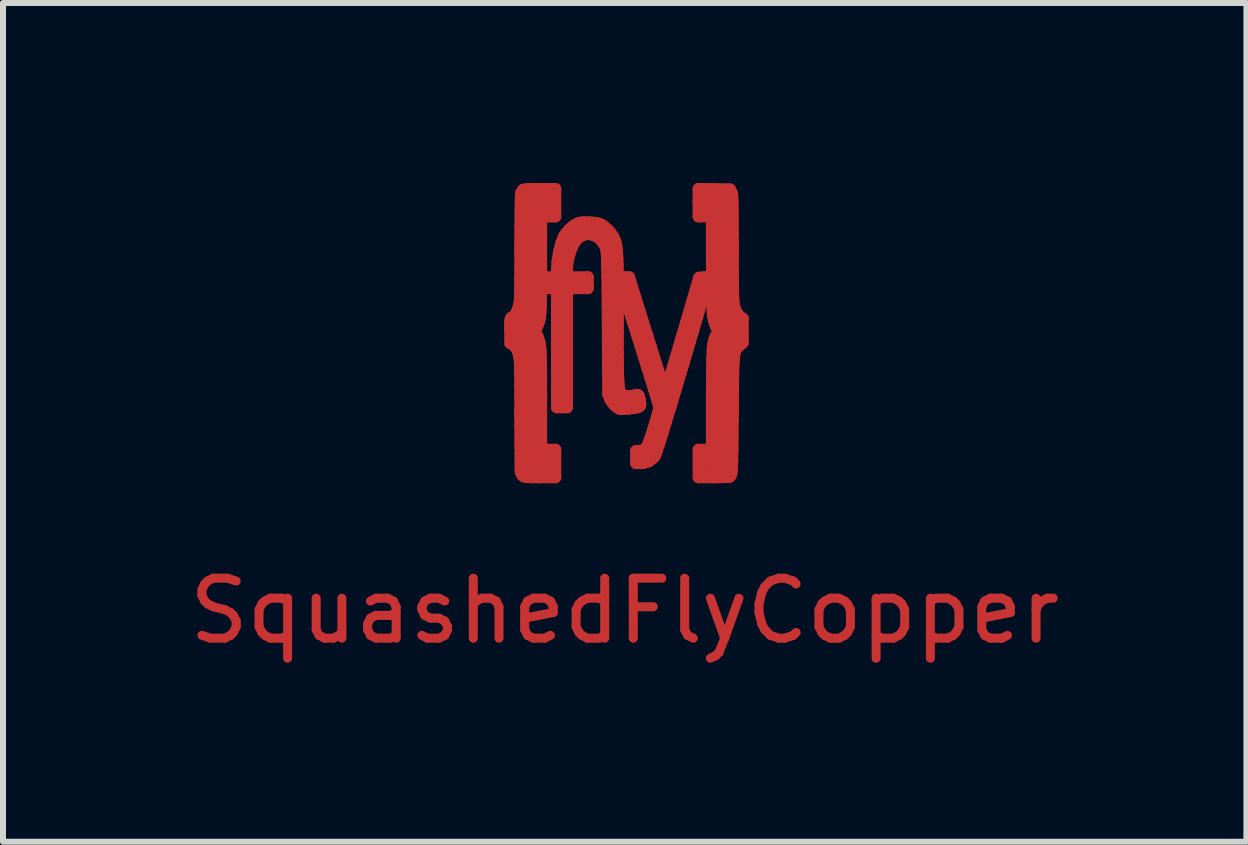
<source format=kicad_pcb>
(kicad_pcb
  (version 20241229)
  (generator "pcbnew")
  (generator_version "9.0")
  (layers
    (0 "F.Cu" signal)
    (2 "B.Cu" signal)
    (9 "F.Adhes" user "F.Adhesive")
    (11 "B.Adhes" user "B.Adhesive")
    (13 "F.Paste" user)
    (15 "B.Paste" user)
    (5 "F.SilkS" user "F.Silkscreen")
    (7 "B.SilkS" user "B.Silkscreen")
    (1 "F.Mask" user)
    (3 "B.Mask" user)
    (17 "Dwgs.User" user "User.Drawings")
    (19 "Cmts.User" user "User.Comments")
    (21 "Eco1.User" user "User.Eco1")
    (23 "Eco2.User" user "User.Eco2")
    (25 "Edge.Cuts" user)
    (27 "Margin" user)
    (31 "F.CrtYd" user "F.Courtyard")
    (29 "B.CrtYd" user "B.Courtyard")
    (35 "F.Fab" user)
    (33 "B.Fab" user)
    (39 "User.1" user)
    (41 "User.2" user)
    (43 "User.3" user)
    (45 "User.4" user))
  (footprint "SquashedFlyCopper"
    (layer "F.Cu")
    (at 7.363 2.423)
    (property "Reference" "SquashedFlyCopper" (at 0 4.71 0) (layer "F.Cu") (effects (font (size 1 1) (thickness 0.15))))
    (attr board_only exclude_from_pos_files exclude_from_bom)
    (fp_line (start -1.907 0.023) (end -1.907 0.039) (stroke (width 0.2) (type solid)) (layer "F.Cu"))
    (fp_line (start -1.907 0.039) (end -1.907 0.246) (stroke (width 0.2) (type solid)) (layer "F.Cu"))
    (fp_line (start -1.907 0.246) (end -1.872 0.263) (stroke (width 0.2) (type solid)) (layer "F.Cu"))
    (fp_line (start -1.907 -0.026) (end -1.907 0.023) (stroke (width 0.2) (type solid)) (layer "F.Cu"))
    (fp_line (start -1.906 -0.075) (end -1.907 -0.026) (stroke (width 0.2) (type solid)) (layer "F.Cu"))
    (fp_line (start -1.905 -0.113) (end -1.906 -0.075) (stroke (width 0.2) (type solid)) (layer "F.Cu"))
    (fp_line (start -1.903 -0.139) (end -1.905 -0.113) (stroke (width 0.2) (type solid)) (layer "F.Cu"))
    (fp_line (start -1.899 -0.156) (end -1.903 -0.139) (stroke (width 0.2) (type solid)) (layer "F.Cu"))
    (fp_line (start -1.894 -0.167) (end -1.899 -0.156) (stroke (width 0.2) (type solid)) (layer "F.Cu"))
    (fp_line (start -1.888 -0.174) (end -1.894 -0.167) (stroke (width 0.2) (type solid)) (layer "F.Cu"))
    (fp_line (start -1.881 -0.177) (end -1.888 -0.174) (stroke (width 0.2) (type solid)) (layer "F.Cu"))
    (fp_line (start -1.879 -0.177) (end -1.881 -0.177) (stroke (width 0.2) (type solid)) (layer "F.Cu"))
    (fp_line (start -1.872 0.263) (end -1.863 0.267) (stroke (width 0.2) (type solid)) (layer "F.Cu"))
    (fp_line (start -1.871 -0.18) (end -1.879 -0.177) (stroke (width 0.2) (type solid)) (layer "F.Cu"))
    (fp_line (start -1.863 0.267) (end -1.84 0.285) (stroke (width 0.2) (type solid)) (layer "F.Cu"))
    (fp_line (start -1.849 -0.197) (end -1.871 -0.18) (stroke (width 0.2) (type solid)) (layer "F.Cu"))
    (fp_line (start -1.84 0.285) (end -1.811 0.322) (stroke (width 0.2) (type solid)) (layer "F.Cu"))
    (fp_line (start -1.819 -0.234) (end -1.849 -0.197) (stroke (width 0.2) (type solid)) (layer "F.Cu"))
    (fp_line (start -1.811 0.322) (end -1.785 0.373) (stroke (width 0.2) (type solid)) (layer "F.Cu"))
    (fp_line (start -1.791 -0.288) (end -1.819 -0.234) (stroke (width 0.2) (type solid)) (layer "F.Cu"))
    (fp_line (start -1.785 0.373) (end -1.767 0.423) (stroke (width 0.2) (type solid)) (layer "F.Cu"))
    (fp_line (start -1.78 0.07) (end -1.71 0.32) (stroke (width 0.12) (type solid)) (layer "F.Cu"))
    (fp_line (start -1.772 -0.337) (end -1.791 -0.288) (stroke (width 0.2) (type solid)) (layer "F.Cu"))
    (fp_line (start -1.767 0.423) (end -1.762 0.439) (stroke (width 0.2) (type solid)) (layer "F.Cu"))
    (fp_line (start -1.766 -0.354) (end -1.772 -0.337) (stroke (width 0.2) (type solid)) (layer "F.Cu"))
    (fp_line (start -1.764 -0.361) (end -1.766 -0.354) (stroke (width 0.2) (type solid)) (layer "F.Cu"))
    (fp_line (start -1.762 0.439) (end -1.76 0.446) (stroke (width 0.2) (type solid)) (layer "F.Cu"))
    (fp_line (start -1.76 0.446) (end -1.756 0.468) (stroke (width 0.2) (type solid)) (layer "F.Cu"))
    (fp_line (start -1.758 -0.384) (end -1.764 -0.361) (stroke (width 0.2) (type solid)) (layer "F.Cu"))
    (fp_line (start -1.756 0.468) (end -1.751 0.51) (stroke (width 0.2) (type solid)) (layer "F.Cu"))
    (fp_line (start -1.752 -0.422) (end -1.758 -0.384) (stroke (width 0.2) (type solid)) (layer "F.Cu"))
    (fp_line (start -1.751 0.51) (end -1.747 0.572) (stroke (width 0.2) (type solid)) (layer "F.Cu"))
    (fp_line (start -1.747 -0.477) (end -1.752 -0.422) (stroke (width 0.2) (type solid)) (layer "F.Cu"))
    (fp_line (start -1.747 0.572) (end -1.744 0.661) (stroke (width 0.2) (type solid)) (layer "F.Cu"))
    (fp_line (start -1.744 -0.558) (end -1.747 -0.477) (stroke (width 0.2) (type solid)) (layer "F.Cu"))
    (fp_line (start -1.744 0.661) (end -1.742 0.784) (stroke (width 0.2) (type solid)) (layer "F.Cu"))
    (fp_line (start -1.742 0.784) (end -1.741 0.948) (stroke (width 0.2) (type solid)) (layer "F.Cu"))
    (fp_line (start -1.742 -0.674) (end -1.744 -0.558) (stroke (width 0.2) (type solid)) (layer "F.Cu"))
    (fp_line (start -1.741 0.948) (end -1.74 1.16) (stroke (width 0.2) (type solid)) (layer "F.Cu"))
    (fp_line (start -1.741 -0.834) (end -1.742 -0.674) (stroke (width 0.2) (type solid)) (layer "F.Cu"))
    (fp_line (start -1.74 -1.047) (end -1.741 -0.834) (stroke (width 0.2) (type solid)) (layer "F.Cu"))
    (fp_line (start -1.74 1.16) (end -1.74 1.361) (stroke (width 0.2) (type solid)) (layer "F.Cu"))
    (fp_line (start -1.74 -1.42) (end -1.74 -1.323) (stroke (width 0.2) (type solid)) (layer "F.Cu"))
    (fp_line (start -1.74 -1.323) (end -1.74 -1.254) (stroke (width 0.2) (type solid)) (layer "F.Cu"))
    (fp_line (start -1.74 -1.254) (end -1.74 -1.047) (stroke (width 0.2) (type solid)) (layer "F.Cu"))
    (fp_line (start -1.74 1.361) (end -1.74 1.428) (stroke (width 0.2) (type solid)) (layer "F.Cu"))
    (fp_line (start -1.74 1.428) (end -1.74 1.474) (stroke (width 0.2) (type solid)) (layer "F.Cu"))
    (fp_line (start -1.74 1.474) (end -1.74 1.612) (stroke (width 0.2) (type solid)) (layer "F.Cu"))
    (fp_line (start -1.74 1.612) (end -1.739 1.785) (stroke (width 0.2) (type solid)) (layer "F.Cu"))
    (fp_line (start -1.739 1.785) (end -1.738 1.944) (stroke (width 0.2) (type solid)) (layer "F.Cu"))
    (fp_line (start -1.739 -1.71) (end -1.74 -1.42) (stroke (width 0.2) (type solid)) (layer "F.Cu"))
    (fp_line (start -1.738 1.944) (end -1.737 2.084) (stroke (width 0.2) (type solid)) (layer "F.Cu"))
    (fp_line (start -1.737 2.084) (end -1.736 2.202) (stroke (width 0.2) (type solid)) (layer "F.Cu"))
    (fp_line (start -1.736 -1.995) (end -1.739 -1.71) (stroke (width 0.2) (type solid)) (layer "F.Cu"))
    (fp_line (start -1.736 2.202) (end -1.735 2.294) (stroke (width 0.2) (type solid)) (layer "F.Cu"))
    (fp_line (start -1.735 2.294) (end -1.733 2.355) (stroke (width 0.2) (type solid)) (layer "F.Cu"))
    (fp_line (start -1.733 2.355) (end -1.733 2.376) (stroke (width 0.2) (type solid)) (layer "F.Cu"))
    (fp_line (start -1.733 2.376) (end -1.732 2.382) (stroke (width 0.2) (type solid)) (layer "F.Cu"))
    (fp_line (start -1.732 -2.176) (end -1.736 -1.995) (stroke (width 0.2) (type solid)) (layer "F.Cu"))
    (fp_line (start -1.732 2.382) (end -1.731 2.388) (stroke (width 0.2) (type solid)) (layer "F.Cu"))
    (fp_line (start -1.731 2.388) (end -1.718 2.421) (stroke (width 0.2) (type solid)) (layer "F.Cu"))
    (fp_line (start -1.728 -2.243) (end -1.732 -2.176) (stroke (width 0.2) (type solid)) (layer "F.Cu"))
    (fp_line (start -1.726 -2.25) (end -1.728 -2.243) (stroke (width 0.2) (type solid)) (layer "F.Cu"))
    (fp_line (start -1.724 -2.255) (end -1.726 -2.25) (stroke (width 0.2) (type solid)) (layer "F.Cu"))
    (fp_line (start -1.718 2.421) (end -1.699 2.449) (stroke (width 0.2) (type solid)) (layer "F.Cu"))
    (fp_line (start -1.71 0.32) (end -1.67 -0.2) (stroke (width 0.12) (type solid)) (layer "F.Cu"))
    (fp_line (start -1.709 -2.282) (end -1.724 -2.255) (stroke (width 0.2) (type solid)) (layer "F.Cu"))
    (fp_line (start -1.699 2.449) (end -1.696 2.453) (stroke (width 0.2) (type solid)) (layer "F.Cu"))
    (fp_line (start -1.696 2.453) (end -1.691 2.458) (stroke (width 0.2) (type solid)) (layer "F.Cu"))
    (fp_line (start -1.692 -2.304) (end -1.709 -2.282) (stroke (width 0.2) (type solid)) (layer "F.Cu"))
    (fp_line (start -1.691 2.458) (end -1.675 2.469) (stroke (width 0.2) (type solid)) (layer "F.Cu"))
    (fp_line (start -1.689 -2.307) (end -1.692 -2.304) (stroke (width 0.2) (type solid)) (layer "F.Cu"))
    (fp_line (start -1.689 -2.307) (end -1.689 -2.307) (stroke (width 0.2) (type solid)) (layer "F.Cu"))
    (fp_line (start -1.684 -2.309) (end -1.689 -2.307) (stroke (width 0.2) (type solid)) (layer "F.Cu"))
    (fp_line (start -1.675 2.469) (end -1.635 2.478) (stroke (width 0.2) (type solid)) (layer "F.Cu"))
    (fp_line (start -1.67 -0.2) (end -1.67 0.61) (stroke (width 0.12) (type solid)) (layer "F.Cu"))
    (fp_line (start -1.664 -2.314) (end -1.684 -2.309) (stroke (width 0.2) (type solid)) (layer "F.Cu"))
    (fp_line (start -1.635 2.478) (end -1.556 2.482) (stroke (width 0.2) (type solid)) (layer "F.Cu"))
    (fp_line (start -1.62 -2.19) (end -1.6 2.38) (stroke (width 0.12) (type solid)) (layer "F.Cu"))
    (fp_line (start -1.612 -2.319) (end -1.664 -2.314) (stroke (width 0.2) (type solid)) (layer "F.Cu"))
    (fp_line (start -1.6 2.38) (end -1.28 2.35) (stroke (width 0.12) (type solid)) (layer "F.Cu"))
    (fp_line (start -1.556 2.482) (end -1.449 2.482) (stroke (width 0.2) (type solid)) (layer "F.Cu"))
    (fp_line (start -1.529 -2.322) (end -1.612 -2.319) (stroke (width 0.2) (type solid)) (layer "F.Cu"))
    (fp_line (start -1.52 -2.1) (end -1.46 -2) (stroke (width 0.12) (type solid)) (layer "F.Cu"))
    (fp_line (start -1.52 2.18) (end -1.52 -2.1) (stroke (width 0.12) (type solid)) (layer "F.Cu"))
    (fp_line (start -1.504 0.041) (end -1.469 -0.02) (stroke (width 0.2) (type solid)) (layer "F.Cu"))
    (fp_line (start -1.5 2.14) (end -1.5 2.28) (stroke (width 0.12) (type solid)) (layer "F.Cu"))
    (fp_line (start -1.5 2.28) (end -1.35 2.24) (stroke (width 0.12) (type solid)) (layer "F.Cu"))
    (fp_line (start -1.47 -2.2) (end -1.62 -2.19) (stroke (width 0.12) (type solid)) (layer "F.Cu"))
    (fp_line (start -1.469 -0.02) (end -1.463 -0.032) (stroke (width 0.2) (type solid)) (layer "F.Cu"))
    (fp_line (start -1.469 0.109) (end -1.504 0.041) (stroke (width 0.2) (type solid)) (layer "F.Cu"))
    (fp_line (start -1.463 -0.032) (end -1.445 -0.067) (stroke (width 0.2) (type solid)) (layer "F.Cu"))
    (fp_line (start -1.463 0.121) (end -1.469 0.109) (stroke (width 0.2) (type solid)) (layer "F.Cu"))
    (fp_line (start -1.46 -2) (end -1.78 0.07) (stroke (width 0.12) (type solid)) (layer "F.Cu"))
    (fp_line (start -1.45 2.21) (end -1.52 2.18) (stroke (width 0.12) (type solid)) (layer "F.Cu"))
    (fp_line (start -1.449 2.482) (end -1.414 2.482) (stroke (width 0.2) (type solid)) (layer "F.Cu"))
    (fp_line (start -1.445 -0.067) (end -1.427 -0.116) (stroke (width 0.2) (type solid)) (layer "F.Cu"))
    (fp_line (start -1.445 0.159) (end -1.463 0.121) (stroke (width 0.2) (type solid)) (layer "F.Cu"))
    (fp_line (start -1.44 -2.323) (end -1.529 -2.322) (stroke (width 0.2) (type solid)) (layer "F.Cu"))
    (fp_line (start -1.427 -0.116) (end -1.413 -0.179) (stroke (width 0.2) (type solid)) (layer "F.Cu"))
    (fp_line (start -1.426 0.211) (end -1.445 0.159) (stroke (width 0.2) (type solid)) (layer "F.Cu"))
    (fp_line (start -1.414 2.482) (end -1.157 2.482) (stroke (width 0.2) (type solid)) (layer "F.Cu"))
    (fp_line (start -1.413 -0.179) (end -1.404 -0.265) (stroke (width 0.2) (type solid)) (layer "F.Cu"))
    (fp_line (start -1.413 0.275) (end -1.426 0.211) (stroke (width 0.2) (type solid)) (layer "F.Cu"))
    (fp_line (start -1.411 -2.323) (end -1.44 -2.323) (stroke (width 0.2) (type solid)) (layer "F.Cu"))
    (fp_line (start -1.404 -0.265) (end -1.398 -0.386) (stroke (width 0.2) (type solid)) (layer "F.Cu"))
    (fp_line (start -1.403 0.363) (end -1.413 0.275) (stroke (width 0.2) (type solid)) (layer "F.Cu"))
    (fp_line (start -1.398 -0.386) (end -1.395 -0.553) (stroke (width 0.2) (type solid)) (layer "F.Cu"))
    (fp_line (start -1.398 0.487) (end -1.403 0.363) (stroke (width 0.2) (type solid)) (layer "F.Cu"))
    (fp_line (start -1.395 -0.553) (end -1.393 -0.775) (stroke (width 0.2) (type solid)) (layer "F.Cu"))
    (fp_line (start -1.394 0.658) (end -1.398 0.487) (stroke (width 0.2) (type solid)) (layer "F.Cu"))
    (fp_line (start -1.393 -0.775) (end -1.393 -0.991) (stroke (width 0.2) (type solid)) (layer "F.Cu"))
    (fp_line (start -1.393 0.887) (end -1.394 0.658) (stroke (width 0.2) (type solid)) (layer "F.Cu"))
    (fp_line (start -1.393 -1.865) (end -1.157 -1.865) (stroke (width 0.2) (type solid)) (layer "F.Cu"))
    (fp_line (start -1.393 -1.063) (end -1.393 -1.865) (stroke (width 0.2) (type solid)) (layer "F.Cu"))
    (fp_line (start -1.393 -0.991) (end -1.393 -1.063) (stroke (width 0.2) (type solid)) (layer "F.Cu"))
    (fp_line (start -1.393 1.112) (end -1.393 0.887) (stroke (width 0.2) (type solid)) (layer "F.Cu"))
    (fp_line (start -1.393 1.187) (end -1.393 1.112) (stroke (width 0.2) (type solid)) (layer "F.Cu"))
    (fp_line (start -1.393 2.024) (end -1.393 1.187) (stroke (width 0.2) (type solid)) (layer "F.Cu"))
    (fp_line (start -1.39 -1.95) (end -1.47 -2.2) (stroke (width 0.12) (type solid)) (layer "F.Cu"))
    (fp_line (start -1.38 -2.29) (end -1.39 -1.95) (stroke (width 0.12) (type solid)) (layer "F.Cu"))
    (fp_line (start -1.351 -0.851) (end -1.351 -0.67) (stroke (width 0.2) (type solid)) (layer "F.Cu"))
    (fp_line (start -1.351 -0.67) (end -1.129 -0.67) (stroke (width 0.2) (type solid)) (layer "F.Cu"))
    (fp_line (start -1.35 2.24) (end -1.45 2.21) (stroke (width 0.12) (type solid)) (layer "F.Cu"))
    (fp_line (start -1.29 -2.27) (end -1.29 -1.98) (stroke (width 0.12) (type solid)) (layer "F.Cu"))
    (fp_line (start -1.29 -1.98) (end -1.38 -2.29) (stroke (width 0.12) (type solid)) (layer "F.Cu"))
    (fp_line (start -1.28 2.14) (end -1.5 2.14) (stroke (width 0.12) (type solid)) (layer "F.Cu"))
    (fp_line (start -1.28 2.35) (end -1.28 2.14) (stroke (width 0.12) (type solid)) (layer "F.Cu"))
    (fp_line (start -1.157 -2.323) (end -1.411 -2.323) (stroke (width 0.2) (type solid)) (layer "F.Cu"))
    (fp_line (start -1.157 -1.865) (end -1.157 -2.323) (stroke (width 0.2) (type solid)) (layer "F.Cu"))
    (fp_line (start -1.157 2.024) (end -1.393 2.024) (stroke (width 0.2) (type solid)) (layer "F.Cu"))
    (fp_line (start -1.157 2.482) (end -1.157 2.024) (stroke (width 0.2) (type solid)) (layer "F.Cu"))
    (fp_line (start -1.129 -0.987) (end -1.129 -0.945) (stroke (width 0.2) (type solid)) (layer "F.Cu"))
    (fp_line (start -1.129 -0.945) (end -1.129 -0.851) (stroke (width 0.2) (type solid)) (layer "F.Cu"))
    (fp_line (start -1.129 -0.851) (end -1.351 -0.851) (stroke (width 0.2) (type solid)) (layer "F.Cu"))
    (fp_line (start -1.129 -0.67) (end -1.129 1.316) (stroke (width 0.2) (type solid)) (layer "F.Cu"))
    (fp_line (start -1.129 1.316) (end -0.962 1.316) (stroke (width 0.2) (type solid)) (layer "F.Cu"))
    (fp_line (start -1.12 -1.111) (end -1.129 -0.987) (stroke (width 0.2) (type solid)) (layer "F.Cu"))
    (fp_line (start -1.095 -1.273) (end -1.12 -1.111) (stroke (width 0.2) (type solid)) (layer "F.Cu"))
    (fp_line (start -1.057 -1.418) (end -1.095 -1.273) (stroke (width 0.2) (type solid)) (layer "F.Cu"))
    (fp_line (start -1.04 -0.91) (end -0.88 -1.55) (stroke (width 0.12) (type solid)) (layer "F.Cu"))
    (fp_line (start -1.03 -0.5) (end -1.04 -0.91) (stroke (width 0.12) (type solid)) (layer "F.Cu"))
    (fp_line (start -1.023 -1.505) (end -1.057 -1.418) (stroke (width 0.2) (type solid)) (layer "F.Cu"))
    (fp_line (start -1.008 -1.532) (end -1.023 -1.505) (stroke (width 0.2) (type solid)) (layer "F.Cu"))
    (fp_line (start -0.999 -1.549) (end -1.008 -1.532) (stroke (width 0.2) (type solid)) (layer "F.Cu"))
    (fp_line (start -0.965 -1.597) (end -0.999 -1.549) (stroke (width 0.2) (type solid)) (layer "F.Cu"))
    (fp_line (start -0.962 -0.999) (end -0.947 -1.133) (stroke (width 0.2) (type solid)) (layer "F.Cu"))
    (fp_line (start -0.962 -0.954) (end -0.962 -0.999) (stroke (width 0.2) (type solid)) (layer "F.Cu"))
    (fp_line (start -0.962 -0.851) (end -0.962 -0.954) (stroke (width 0.2) (type solid)) (layer "F.Cu"))
    (fp_line (start -0.962 -0.67) (end -0.615 -0.67) (stroke (width 0.2) (type solid)) (layer "F.Cu"))
    (fp_line (start -0.962 1.316) (end -0.962 -0.67) (stroke (width 0.2) (type solid)) (layer "F.Cu"))
    (fp_line (start -0.947 -1.133) (end -0.903 -1.298) (stroke (width 0.2) (type solid)) (layer "F.Cu"))
    (fp_line (start -0.916 -1.653) (end -0.965 -1.597) (stroke (width 0.2) (type solid)) (layer "F.Cu"))
    (fp_line (start -0.903 -1.298) (end -0.839 -1.434) (stroke (width 0.2) (type solid)) (layer "F.Cu"))
    (fp_line (start -0.88 -1.55) (end -0.66 -1.66) (stroke (width 0.12) (type solid)) (layer "F.Cu"))
    (fp_line (start -0.861 -1.7) (end -0.916 -1.653) (stroke (width 0.2) (type solid)) (layer "F.Cu"))
    (fp_line (start -0.839 -1.434) (end -0.782 -1.506) (stroke (width 0.2) (type solid)) (layer "F.Cu"))
    (fp_line (start -0.818 -1.728) (end -0.861 -1.7) (stroke (width 0.2) (type solid)) (layer "F.Cu"))
    (fp_line (start -0.802 -1.736) (end -0.818 -1.728) (stroke (width 0.2) (type solid)) (layer "F.Cu"))
    (fp_line (start -0.802 -1.736) (end -0.802 -1.736) (stroke (width 0.2) (type solid)) (layer "F.Cu"))
    (fp_line (start -0.792 -1.74) (end -0.802 -1.736) (stroke (width 0.2) (type solid)) (layer "F.Cu"))
    (fp_line (start -0.782 -1.506) (end -0.758 -1.523) (stroke (width 0.2) (type solid)) (layer "F.Cu"))
    (fp_line (start -0.761 -1.753) (end -0.792 -1.74) (stroke (width 0.2) (type solid)) (layer "F.Cu"))
    (fp_line (start -0.758 -1.523) (end -0.744 -1.533) (stroke (width 0.2) (type solid)) (layer "F.Cu"))
    (fp_line (start -0.744 -1.533) (end -0.695 -1.556) (stroke (width 0.2) (type solid)) (layer "F.Cu"))
    (fp_line (start -0.722 -1.763) (end -0.761 -1.753) (stroke (width 0.2) (type solid)) (layer "F.Cu"))
    (fp_line (start -0.695 -1.556) (end -0.629 -1.571) (stroke (width 0.2) (type solid)) (layer "F.Cu"))
    (fp_line (start -0.671 -1.766) (end -0.722 -1.763) (stroke (width 0.2) (type solid)) (layer "F.Cu"))
    (fp_line (start -0.66 -1.66) (end -0.53 -1.73) (stroke (width 0.12) (type solid)) (layer "F.Cu"))
    (fp_line (start -0.629 -1.571) (end -0.563 -1.568) (stroke (width 0.2) (type solid)) (layer "F.Cu"))
    (fp_line (start -0.615 -0.851) (end -0.962 -0.851) (stroke (width 0.2) (type solid)) (layer "F.Cu"))
    (fp_line (start -0.615 -0.67) (end -0.615 -0.851) (stroke (width 0.2) (type solid)) (layer "F.Cu"))
    (fp_line (start -0.613 -1.764) (end -0.671 -1.766) (stroke (width 0.2) (type solid)) (layer "F.Cu"))
    (fp_line (start -0.594 -1.763) (end -0.613 -1.764) (stroke (width 0.2) (type solid)) (layer "F.Cu"))
    (fp_line (start -0.577 -1.763) (end -0.594 -1.763) (stroke (width 0.2) (type solid)) (layer "F.Cu"))
    (fp_line (start -0.563 -1.568) (end -0.499 -1.549) (stroke (width 0.2) (type solid)) (layer "F.Cu"))
    (fp_line (start -0.53 -1.73) (end -0.33 -1.53) (stroke (width 0.12) (type solid)) (layer "F.Cu"))
    (fp_line (start -0.524 -1.76) (end -0.577 -1.763) (stroke (width 0.2) (type solid)) (layer "F.Cu"))
    (fp_line (start -0.499 -1.549) (end -0.439 -1.514) (stroke (width 0.2) (type solid)) (layer "F.Cu"))
    (fp_line (start -0.471 -1.754) (end -0.524 -1.76) (stroke (width 0.2) (type solid)) (layer "F.Cu"))
    (fp_line (start -0.439 -1.514) (end -0.386 -1.464) (stroke (width 0.2) (type solid)) (layer "F.Cu"))
    (fp_line (start -0.431 -1.744) (end -0.471 -1.754) (stroke (width 0.2) (type solid)) (layer "F.Cu"))
    (fp_line (start -0.404 -1.733) (end -0.431 -1.744) (stroke (width 0.2) (type solid)) (layer "F.Cu"))
    (fp_line (start -0.396 -1.729) (end -0.404 -1.733) (stroke (width 0.2) (type solid)) (layer "F.Cu"))
    (fp_line (start -0.386 -1.464) (end -0.341 -1.4) (stroke (width 0.2) (type solid)) (layer "F.Cu"))
    (fp_line (start -0.38 -1.721) (end -0.396 -1.729) (stroke (width 0.2) (type solid)) (layer "F.Cu"))
    (fp_line (start -0.341 -1.4) (end -0.313 -1.343) (stroke (width 0.2) (type solid)) (layer "F.Cu"))
    (fp_line (start -0.336 -1.69) (end -0.38 -1.721) (stroke (width 0.2) (type solid)) (layer "F.Cu"))
    (fp_line (start -0.33 -1.53) (end -0.18 1.11) (stroke (width 0.12) (type solid)) (layer "F.Cu"))
    (fp_line (start -0.313 -1.343) (end -0.307 -1.323) (stroke (width 0.2) (type solid)) (layer "F.Cu"))
    (fp_line (start -0.307 -1.323) (end -0.304 -1.317) (stroke (width 0.2) (type solid)) (layer "F.Cu"))
    (fp_line (start -0.304 -1.317) (end -0.302 -1.296) (stroke (width 0.2) (type solid)) (layer "F.Cu"))
    (fp_line (start -0.302 -1.296) (end -0.298 -1.237) (stroke (width 0.2) (type solid)) (layer "F.Cu"))
    (fp_line (start -0.298 -1.237) (end -0.295 -1.146) (stroke (width 0.2) (type solid)) (layer "F.Cu"))
    (fp_line (start -0.295 -1.146) (end -0.292 -1.019) (stroke (width 0.2) (type solid)) (layer "F.Cu"))
    (fp_line (start -0.292 -1.019) (end -0.289 -0.852) (stroke (width 0.2) (type solid)) (layer "F.Cu"))
    (fp_line (start -0.289 -0.852) (end -0.286 -0.643) (stroke (width 0.2) (type solid)) (layer "F.Cu"))
    (fp_line (start -0.286 -0.643) (end -0.284 -0.389) (stroke (width 0.2) (type solid)) (layer "F.Cu"))
    (fp_line (start -0.284 -0.389) (end -0.282 -0.163) (stroke (width 0.2) (type solid)) (layer "F.Cu"))
    (fp_line (start -0.282 -0.163) (end -0.282 -0.087) (stroke (width 0.2) (type solid)) (layer "F.Cu"))
    (fp_line (start -0.282 -0.087) (end -0.275 1.1) (stroke (width 0.2) (type solid)) (layer "F.Cu"))
    (fp_line (start -0.28 -1.64) (end -0.336 -1.69) (stroke (width 0.2) (type solid)) (layer "F.Cu"))
    (fp_line (start -0.275 1.1) (end -0.241 1.174) (stroke (width 0.2) (type solid)) (layer "F.Cu"))
    (fp_line (start -0.241 1.174) (end -0.235 1.189) (stroke (width 0.2) (type solid)) (layer "F.Cu"))
    (fp_line (start -0.235 1.189) (end -0.209 1.231) (stroke (width 0.2) (type solid)) (layer "F.Cu"))
    (fp_line (start -0.231 -1.582) (end -0.28 -1.64) (stroke (width 0.2) (type solid)) (layer "F.Cu"))
    (fp_line (start -0.209 1.231) (end -0.168 1.28) (stroke (width 0.2) (type solid)) (layer "F.Cu"))
    (fp_line (start -0.201 -1.537) (end -0.231 -1.582) (stroke (width 0.2) (type solid)) (layer "F.Cu"))
    (fp_line (start -0.193 -1.52) (end -0.201 -1.537) (stroke (width 0.2) (type solid)) (layer "F.Cu"))
    (fp_line (start -0.189 -1.514) (end -0.193 -1.52) (stroke (width 0.2) (type solid)) (layer "F.Cu"))
    (fp_line (start -0.18 1.11) (end 0 1.27) (stroke (width 0.12) (type solid)) (layer "F.Cu"))
    (fp_line (start -0.179 -1.493) (end -0.189 -1.514) (stroke (width 0.2) (type solid)) (layer "F.Cu"))
    (fp_line (start -0.168 1.28) (end -0.123 1.318) (stroke (width 0.2) (type solid)) (layer "F.Cu"))
    (fp_line (start -0.168 -1.467) (end -0.179 -1.493) (stroke (width 0.2) (type solid)) (layer "F.Cu"))
    (fp_line (start -0.157 -1.44) (end -0.168 -1.467) (stroke (width 0.2) (type solid)) (layer "F.Cu"))
    (fp_line (start -0.148 -1.41) (end -0.157 -1.44) (stroke (width 0.2) (type solid)) (layer "F.Cu"))
    (fp_line (start -0.141 -1.375) (end -0.148 -1.41) (stroke (width 0.2) (type solid)) (layer "F.Cu"))
    (fp_line (start -0.135 -1.333) (end -0.141 -1.375) (stroke (width 0.2) (type solid)) (layer "F.Cu"))
    (fp_line (start -0.129 -1.283) (end -0.135 -1.333) (stroke (width 0.2) (type solid)) (layer "F.Cu"))
    (fp_line (start -0.125 -1.223) (end -0.129 -1.283) (stroke (width 0.2) (type solid)) (layer "F.Cu"))
    (fp_line (start -0.123 1.318) (end -0.091 1.335) (stroke (width 0.2) (type solid)) (layer "F.Cu"))
    (fp_line (start -0.122 -1.151) (end -0.125 -1.223) (stroke (width 0.2) (type solid)) (layer "F.Cu"))
    (fp_line (start -0.119 -1.064) (end -0.122 -1.151) (stroke (width 0.2) (type solid)) (layer "F.Cu"))
    (fp_line (start -0.118 -0.962) (end -0.119 -1.064) (stroke (width 0.2) (type solid)) (layer "F.Cu"))
    (fp_line (start -0.116 -0.841) (end -0.118 -0.962) (stroke (width 0.2) (type solid)) (layer "F.Cu"))
    (fp_line (start -0.116 -0.701) (end -0.116 -0.841) (stroke (width 0.2) (type solid)) (layer "F.Cu"))
    (fp_line (start -0.115 -0.54) (end -0.116 -0.701) (stroke (width 0.2) (type solid)) (layer "F.Cu"))
    (fp_line (start -0.115 -0.355) (end -0.115 -0.54) (stroke (width 0.2) (type solid)) (layer "F.Cu"))
    (fp_line (start -0.115 -0.198) (end -0.115 -0.355) (stroke (width 0.2) (type solid)) (layer "F.Cu"))
    (fp_line (start -0.115 -0.145) (end -0.115 -0.198) (stroke (width 0.2) (type solid)) (layer "F.Cu"))
    (fp_line (start -0.115 -0.093) (end -0.115 -0.145) (stroke (width 0.2) (type solid)) (layer "F.Cu"))
    (fp_line (start -0.115 0.066) (end -0.115 -0.093) (stroke (width 0.2) (type solid)) (layer "F.Cu"))
    (fp_line (start -0.115 0.25) (end -0.115 0.066) (stroke (width 0.2) (type solid)) (layer "F.Cu"))
    (fp_line (start -0.115 0.41) (end -0.115 0.25) (stroke (width 0.2) (type solid)) (layer "F.Cu"))
    (fp_line (start -0.114 0.548) (end -0.115 0.41) (stroke (width 0.2) (type solid)) (layer "F.Cu"))
    (fp_line (start -0.113 0.664) (end -0.114 0.548) (stroke (width 0.2) (type solid)) (layer "F.Cu"))
    (fp_line (start -0.111 0.762) (end -0.113 0.664) (stroke (width 0.2) (type solid)) (layer "F.Cu"))
    (fp_line (start -0.108 0.842) (end -0.111 0.762) (stroke (width 0.2) (type solid)) (layer "F.Cu"))
    (fp_line (start -0.105 0.908) (end -0.108 0.842) (stroke (width 0.2) (type solid)) (layer "F.Cu"))
    (fp_line (start -0.101 0.96) (end -0.105 0.908) (stroke (width 0.2) (type solid)) (layer "F.Cu"))
    (fp_line (start -0.097 -0.832) (end -0.096 -0.83) (stroke (width 0.2) (type solid)) (layer "F.Cu"))
    (fp_line (start -0.096 -0.84) (end -0.097 -0.832) (stroke (width 0.2) (type solid)) (layer "F.Cu"))
    (fp_line (start -0.096 -0.83) (end -0.096 -0.83) (stroke (width 0.2) (type solid)) (layer "F.Cu"))
    (fp_line (start -0.096 -0.83) (end -0.092 -0.82) (stroke (width 0.2) (type solid)) (layer "F.Cu"))
    (fp_line (start -0.095 1) (end -0.101 0.96) (stroke (width 0.2) (type solid)) (layer "F.Cu"))
    (fp_line (start -0.092 -0.82) (end -0.081 -0.789) (stroke (width 0.2) (type solid)) (layer "F.Cu"))
    (fp_line (start -0.091 1.335) (end -0.079 1.338) (stroke (width 0.2) (type solid)) (layer "F.Cu"))
    (fp_line (start -0.089 1.031) (end -0.095 1) (stroke (width 0.2) (type solid)) (layer "F.Cu"))
    (fp_line (start -0.086 -0.847) (end -0.096 -0.84) (stroke (width 0.2) (type solid)) (layer "F.Cu"))
    (fp_line (start -0.081 -0.789) (end -0.055 -0.709) (stroke (width 0.2) (type solid)) (layer "F.Cu"))
    (fp_line (start -0.081 1.055) (end -0.089 1.031) (stroke (width 0.2) (type solid)) (layer "F.Cu"))
    (fp_line (start -0.079 1.338) (end -0.067 1.341) (stroke (width 0.2) (type solid)) (layer "F.Cu"))
    (fp_line (start -0.072 1.072) (end -0.081 1.055) (stroke (width 0.2) (type solid)) (layer "F.Cu"))
    (fp_line (start -0.07 1.23) (end 0.17 1.23) (stroke (width 0.12) (type solid)) (layer "F.Cu"))
    (fp_line (start -0.067 1.341) (end -0.023 1.342) (stroke (width 0.2) (type solid)) (layer "F.Cu"))
    (fp_line (start -0.061 1.086) (end -0.072 1.072) (stroke (width 0.2) (type solid)) (layer "F.Cu"))
    (fp_line (start -0.06 -0.85) (end -0.086 -0.847) (stroke (width 0.2) (type solid)) (layer "F.Cu"))
    (fp_line (start -0.055 -0.709) (end -0.018 -0.595) (stroke (width 0.2) (type solid)) (layer "F.Cu"))
    (fp_line (start -0.049 1.097) (end -0.061 1.086) (stroke (width 0.2) (type solid)) (layer "F.Cu"))
    (fp_line (start -0.038 1.106) (end -0.049 1.097) (stroke (width 0.2) (type solid)) (layer "F.Cu"))
    (fp_line (start -0.034 1.109) (end -0.038 1.106) (stroke (width 0.2) (type solid)) (layer "F.Cu"))
    (fp_line (start -0.029 1.113) (end -0.034 1.109) (stroke (width 0.2) (type solid)) (layer "F.Cu"))
    (fp_line (start -0.027 -0.851) (end -0.06 -0.85) (stroke (width 0.2) (type solid)) (layer "F.Cu"))
    (fp_line (start -0.023 1.342) (end 0.058 1.339) (stroke (width 0.2) (type solid)) (layer "F.Cu"))
    (fp_line (start -0.018 -0.595) (end 0.027 -0.453) (stroke (width 0.2) (type solid)) (layer "F.Cu"))
    (fp_line (start -0.016 -0.851) (end -0.027 -0.851) (stroke (width 0.2) (type solid)) (layer "F.Cu"))
    (fp_line (start -0.012 1.123) (end -0.029 1.113) (stroke (width 0.2) (type solid)) (layer "F.Cu"))
    (fp_line (start 0 1.27) (end -0.07 1.23) (stroke (width 0.12) (type solid)) (layer "F.Cu"))
    (fp_line (start 0.01 1.131) (end -0.012 1.123) (stroke (width 0.2) (type solid)) (layer "F.Cu"))
    (fp_line (start 0.027 -0.453) (end 0.079 -0.29) (stroke (width 0.2) (type solid)) (layer "F.Cu"))
    (fp_line (start 0.039 1.133) (end 0.01 1.131) (stroke (width 0.2) (type solid)) (layer "F.Cu"))
    (fp_line (start 0.058 1.339) (end 0.142 1.328) (stroke (width 0.2) (type solid)) (layer "F.Cu"))
    (fp_line (start 0.069 1.132) (end 0.039 1.133) (stroke (width 0.2) (type solid)) (layer "F.Cu"))
    (fp_line (start 0.073 -0.851) (end -0.016 -0.851) (stroke (width 0.2) (type solid)) (layer "F.Cu"))
    (fp_line (start 0.079 -0.29) (end 0.136 -0.11) (stroke (width 0.2) (type solid)) (layer "F.Cu"))
    (fp_line (start 0.079 1.131) (end 0.069 1.132) (stroke (width 0.2) (type solid)) (layer "F.Cu"))
    (fp_line (start 0.09 1.13) (end 0.079 1.131) (stroke (width 0.2) (type solid)) (layer "F.Cu"))
    (fp_line (start 0.136 -0.11) (end 0.196 0.08) (stroke (width 0.2) (type solid)) (layer "F.Cu"))
    (fp_line (start 0.142 1.328) (end 0.192 1.319) (stroke (width 0.2) (type solid)) (layer "F.Cu"))
    (fp_line (start 0.144 1.123) (end 0.09 1.13) (stroke (width 0.2) (type solid)) (layer "F.Cu"))
    (fp_line (start 0.17 1.23) (end 0.17 1.27) (stroke (width 0.12) (type solid)) (layer "F.Cu"))
    (fp_line (start 0.17 1.27) (end 0.26 1.18) (stroke (width 0.12) (type solid)) (layer "F.Cu"))
    (fp_line (start 0.187 1.115) (end 0.144 1.123) (stroke (width 0.2) (type solid)) (layer "F.Cu"))
    (fp_line (start 0.191 2.045) (end 0.191 2.246) (stroke (width 0.2) (type solid)) (layer "F.Cu"))
    (fp_line (start 0.191 2.246) (end 0.271 2.246) (stroke (width 0.2) (type solid)) (layer "F.Cu"))
    (fp_line (start 0.192 1.114) (end 0.187 1.115) (stroke (width 0.2) (type solid)) (layer "F.Cu"))
    (fp_line (start 0.192 1.319) (end 0.209 1.314) (stroke (width 0.2) (type solid)) (layer "F.Cu"))
    (fp_line (start 0.196 0.08) (end 0.257 0.275) (stroke (width 0.2) (type solid)) (layer "F.Cu"))
    (fp_line (start 0.197 1.113) (end 0.192 1.114) (stroke (width 0.2) (type solid)) (layer "F.Cu"))
    (fp_line (start 0.209 1.314) (end 0.213 1.313) (stroke (width 0.2) (type solid)) (layer "F.Cu"))
    (fp_line (start 0.213 1.11) (end 0.197 1.113) (stroke (width 0.2) (type solid)) (layer "F.Cu"))
    (fp_line (start 0.213 1.313) (end 0.227 1.307) (stroke (width 0.2) (type solid)) (layer "F.Cu"))
    (fp_line (start 0.226 1.116) (end 0.213 1.11) (stroke (width 0.2) (type solid)) (layer "F.Cu"))
    (fp_line (start 0.227 1.307) (end 0.242 1.3) (stroke (width 0.2) (type solid)) (layer "F.Cu"))
    (fp_line (start 0.235 1.137) (end 0.226 1.116) (stroke (width 0.2) (type solid)) (layer "F.Cu"))
    (fp_line (start 0.242 1.3) (end 0.251 1.291) (stroke (width 0.2) (type solid)) (layer "F.Cu"))
    (fp_line (start 0.242 1.167) (end 0.235 1.137) (stroke (width 0.2) (type solid)) (layer "F.Cu"))
    (fp_line (start 0.245 1.177) (end 0.242 1.167) (stroke (width 0.2) (type solid)) (layer "F.Cu"))
    (fp_line (start 0.246 2.043) (end 0.191 2.045) (stroke (width 0.2) (type solid)) (layer "F.Cu"))
    (fp_line (start 0.247 1.186) (end 0.245 1.177) (stroke (width 0.2) (type solid)) (layer "F.Cu"))
    (fp_line (start 0.251 1.291) (end 0.257 1.279) (stroke (width 0.2) (type solid)) (layer "F.Cu"))
    (fp_line (start 0.252 1.213) (end 0.247 1.186) (stroke (width 0.2) (type solid)) (layer "F.Cu"))
    (fp_line (start 0.257 1.279) (end 0.259 1.263) (stroke (width 0.2) (type solid)) (layer "F.Cu"))
    (fp_line (start 0.257 0.275) (end 0.318 0.469) (stroke (width 0.2) (type solid)) (layer "F.Cu"))
    (fp_line (start 0.257 1.242) (end 0.252 1.213) (stroke (width 0.2) (type solid)) (layer "F.Cu"))
    (fp_line (start 0.259 1.263) (end 0.257 1.242) (stroke (width 0.2) (type solid)) (layer "F.Cu"))
    (fp_line (start 0.259 2.043) (end 0.246 2.043) (stroke (width 0.2) (type solid)) (layer "F.Cu"))
    (fp_line (start 0.271 2.246) (end 0.303 2.246) (stroke (width 0.2) (type solid)) (layer "F.Cu"))
    (fp_line (start 0.29 2.14) (end 0.48 2) (stroke (width 0.12) (type solid)) (layer "F.Cu"))
    (fp_line (start 0.298 2.035) (end 0.259 2.043) (stroke (width 0.2) (type solid)) (layer "F.Cu"))
    (fp_line (start 0.303 2.246) (end 0.401 2.217) (stroke (width 0.2) (type solid)) (layer "F.Cu"))
    (fp_line (start 0.318 0.469) (end 0.376 0.656) (stroke (width 0.2) (type solid)) (layer "F.Cu"))
    (fp_line (start 0.339 2.014) (end 0.298 2.035) (stroke (width 0.2) (type solid)) (layer "F.Cu"))
    (fp_line (start 0.37 0.1) (end 0.073 -0.851) (stroke (width 0.2) (type solid)) (layer "F.Cu"))
    (fp_line (start 0.371 1.975) (end 0.339 2.014) (stroke (width 0.2) (type solid)) (layer "F.Cu"))
    (fp_line (start 0.376 0.656) (end 0.431 0.83) (stroke (width 0.2) (type solid)) (layer "F.Cu"))
    (fp_line (start 0.385 0.148) (end 0.37 0.1) (stroke (width 0.2) (type solid)) (layer "F.Cu"))
    (fp_line (start 0.393 1.932) (end 0.371 1.975) (stroke (width 0.2) (type solid)) (layer "F.Cu"))
    (fp_line (start 0.399 1.917) (end 0.393 1.932) (stroke (width 0.2) (type solid)) (layer "F.Cu"))
    (fp_line (start 0.401 2.217) (end 0.485 2.148) (stroke (width 0.2) (type solid)) (layer "F.Cu"))
    (fp_line (start 0.405 1.901) (end 0.399 1.917) (stroke (width 0.2) (type solid)) (layer "F.Cu"))
    (fp_line (start 0.41 2.04) (end 0.29 2.14) (stroke (width 0.12) (type solid)) (layer "F.Cu"))
    (fp_line (start 0.421 1.854) (end 0.405 1.901) (stroke (width 0.2) (type solid)) (layer "F.Cu"))
    (fp_line (start 0.43 0.292) (end 0.385 0.148) (stroke (width 0.2) (type solid)) (layer "F.Cu"))
    (fp_line (start 0.431 0.83) (end 0.48 0.987) (stroke (width 0.2) (type solid)) (layer "F.Cu"))
    (fp_line (start 0.448 1.771) (end 0.421 1.854) (stroke (width 0.2) (type solid)) (layer "F.Cu"))
    (fp_line (start 0.478 1.677) (end 0.448 1.771) (stroke (width 0.2) (type solid)) (layer "F.Cu"))
    (fp_line (start 0.48 0.987) (end 0.521 1.12) (stroke (width 0.2) (type solid)) (layer "F.Cu"))
    (fp_line (start 0.485 2.148) (end 0.499 2.128) (stroke (width 0.2) (type solid)) (layer "F.Cu"))
    (fp_line (start 0.486 0.471) (end 0.43 0.292) (stroke (width 0.2) (type solid)) (layer "F.Cu"))
    (fp_line (start 0.499 2.128) (end 0.504 2.121) (stroke (width 0.2) (type solid)) (layer "F.Cu"))
    (fp_line (start 0.504 2.121) (end 0.514 2.097) (stroke (width 0.2) (type solid)) (layer "F.Cu"))
    (fp_line (start 0.508 1.579) (end 0.478 1.677) (stroke (width 0.2) (type solid)) (layer "F.Cu"))
    (fp_line (start 0.514 2.097) (end 0.538 2.03) (stroke (width 0.2) (type solid)) (layer "F.Cu"))
    (fp_line (start 0.521 1.12) (end 0.552 1.223) (stroke (width 0.2) (type solid)) (layer "F.Cu"))
    (fp_line (start 0.536 1.486) (end 0.508 1.579) (stroke (width 0.2) (type solid)) (layer "F.Cu"))
    (fp_line (start 0.537 0.633) (end 0.486 0.471) (stroke (width 0.2) (type solid)) (layer "F.Cu"))
    (fp_line (start 0.538 2.03) (end 0.574 1.924) (stroke (width 0.2) (type solid)) (layer "F.Cu"))
    (fp_line (start 0.552 1.223) (end 0.572 1.29) (stroke (width 0.2) (type solid)) (layer "F.Cu"))
    (fp_line (start 0.558 1.406) (end 0.536 1.486) (stroke (width 0.2) (type solid)) (layer "F.Cu"))
    (fp_line (start 0.572 1.29) (end 0.579 1.31) (stroke (width 0.2) (type solid)) (layer "F.Cu"))
    (fp_line (start 0.574 1.347) (end 0.558 1.406) (stroke (width 0.2) (type solid)) (layer "F.Cu"))
    (fp_line (start 0.574 1.924) (end 0.622 1.773) (stroke (width 0.2) (type solid)) (layer "F.Cu"))
    (fp_line (start 0.579 1.31) (end 0.579 1.317) (stroke (width 0.2) (type solid)) (layer "F.Cu"))
    (fp_line (start 0.579 1.317) (end 0.579 1.325) (stroke (width 0.2) (type solid)) (layer "F.Cu"))
    (fp_line (start 0.579 1.325) (end 0.574 1.347) (stroke (width 0.2) (type solid)) (layer "F.Cu"))
    (fp_line (start 0.582 0.775) (end 0.537 0.633) (stroke (width 0.2) (type solid)) (layer "F.Cu"))
    (fp_line (start 0.62 0.892) (end 0.582 0.775) (stroke (width 0.2) (type solid)) (layer "F.Cu"))
    (fp_line (start 0.622 1.773) (end 0.683 1.572) (stroke (width 0.2) (type solid)) (layer "F.Cu"))
    (fp_line (start 0.64 0.96) (end 0.69 1.29) (stroke (width 0.12) (type solid)) (layer "F.Cu"))
    (fp_line (start 0.649 0.981) (end 0.62 0.892) (stroke (width 0.2) (type solid)) (layer "F.Cu"))
    (fp_line (start 0.668 1.038) (end 0.649 0.981) (stroke (width 0.2) (type solid)) (layer "F.Cu"))
    (fp_line (start 0.674 1.058) (end 0.668 1.038) (stroke (width 0.2) (type solid)) (layer "F.Cu"))
    (fp_line (start 0.675 1.059) (end 0.674 1.058) (stroke (width 0.2) (type solid)) (layer "F.Cu"))
    (fp_line (start 0.675 1.059) (end 0.675 1.059) (stroke (width 0.2) (type solid)) (layer "F.Cu"))
    (fp_line (start 0.682 1.041) (end 0.675 1.059) (stroke (width 0.2) (type solid)) (layer "F.Cu"))
    (fp_line (start 0.683 1.572) (end 0.761 1.317) (stroke (width 0.2) (type solid)) (layer "F.Cu"))
    (fp_line (start 0.69 1.29) (end 0.41 2.04) (stroke (width 0.12) (type solid)) (layer "F.Cu"))
    (fp_line (start 0.699 0.986) (end 0.682 1.041) (stroke (width 0.2) (type solid)) (layer "F.Cu"))
    (fp_line (start 0.726 0.899) (end 0.699 0.986) (stroke (width 0.2) (type solid)) (layer "F.Cu"))
    (fp_line (start 0.761 1.317) (end 0.855 1.002) (stroke (width 0.2) (type solid)) (layer "F.Cu"))
    (fp_line (start 0.762 0.784) (end 0.726 0.899) (stroke (width 0.2) (type solid)) (layer "F.Cu"))
    (fp_line (start 0.804 0.643) (end 0.762 0.784) (stroke (width 0.2) (type solid)) (layer "F.Cu"))
    (fp_line (start 0.852 0.482) (end 0.804 0.643) (stroke (width 0.2) (type solid)) (layer "F.Cu"))
    (fp_line (start 0.855 1.002) (end 0.94 0.717) (stroke (width 0.2) (type solid)) (layer "F.Cu"))
    (fp_line (start 0.905 0.303) (end 0.852 0.482) (stroke (width 0.2) (type solid)) (layer "F.Cu"))
    (fp_line (start 0.94 0.717) (end 0.968 0.623) (stroke (width 0.2) (type solid)) (layer "F.Cu"))
    (fp_line (start 0.947 0.159) (end 0.905 0.303) (stroke (width 0.2) (type solid)) (layer "F.Cu"))
    (fp_line (start 0.961 0.112) (end 0.947 0.159) (stroke (width 0.2) (type solid)) (layer "F.Cu"))
    (fp_line (start 0.968 0.623) (end 0.99 0.55) (stroke (width 0.2) (type solid)) (layer "F.Cu"))
    (fp_line (start 0.99 0.55) (end 1.055 0.331) (stroke (width 0.2) (type solid)) (layer "F.Cu"))
    (fp_line (start 1.055 0.331) (end 1.135 0.059) (stroke (width 0.2) (type solid)) (layer "F.Cu"))
    (fp_line (start 1.135 0.059) (end 1.208 -0.189) (stroke (width 0.2) (type solid)) (layer "F.Cu"))
    (fp_line (start 1.208 -0.189) (end 1.272 -0.405) (stroke (width 0.2) (type solid)) (layer "F.Cu"))
    (fp_line (start 1.232 -2.323) (end 1.232 -2.094) (stroke (width 0.2) (type solid)) (layer "F.Cu"))
    (fp_line (start 1.232 -2.094) (end 1.232 -2.094) (stroke (width 0.2) (type solid)) (layer "F.Cu"))
    (fp_line (start 1.232 -2.094) (end 1.232 -1.865) (stroke (width 0.2) (type solid)) (layer "F.Cu"))
    (fp_line (start 1.232 -1.865) (end 1.454 -1.865) (stroke (width 0.2) (type solid)) (layer "F.Cu"))
    (fp_line (start 1.232 2.024) (end 1.232 2.482) (stroke (width 0.2) (type solid)) (layer "F.Cu"))
    (fp_line (start 1.232 2.482) (end 1.474 2.482) (stroke (width 0.2) (type solid)) (layer "F.Cu"))
    (fp_line (start 1.241 -0.844) (end 0.961 0.112) (stroke (width 0.2) (type solid)) (layer "F.Cu"))
    (fp_line (start 1.272 -0.405) (end 1.325 -0.584) (stroke (width 0.2) (type solid)) (layer "F.Cu"))
    (fp_line (start 1.29 2.33) (end 1.7 2.34) (stroke (width 0.12) (type solid)) (layer "F.Cu"))
    (fp_line (start 1.32 -0.848) (end 1.241 -0.844) (stroke (width 0.2) (type solid)) (layer "F.Cu"))
    (fp_line (start 1.325 -0.584) (end 1.365 -0.721) (stroke (width 0.2) (type solid)) (layer "F.Cu"))
    (fp_line (start 1.327 -0.849) (end 1.32 -0.848) (stroke (width 0.2) (type solid)) (layer "F.Cu"))
    (fp_line (start 1.33 -2.08) (end 1.69 -2.03) (stroke (width 0.12) (type solid)) (layer "F.Cu"))
    (fp_line (start 1.33 -2) (end 1.66 -2.14) (stroke (width 0.12) (type solid)) (layer "F.Cu"))
    (fp_line (start 1.33 2.16) (end 1.7 2.11) (stroke (width 0.12) (type solid)) (layer "F.Cu"))
    (fp_line (start 1.34 -2.2) (end 1.62 -2.18) (stroke (width 0.12) (type solid)) (layer "F.Cu"))
    (fp_line (start 1.34 2.24) (end 1.68 2.21) (stroke (width 0.12) (type solid)) (layer "F.Cu"))
    (fp_line (start 1.35 -0.849) (end 1.327 -0.849) (stroke (width 0.2) (type solid)) (layer "F.Cu"))
    (fp_line (start 1.365 -0.721) (end 1.39 -0.808) (stroke (width 0.2) (type solid)) (layer "F.Cu"))
    (fp_line (start 1.375 -0.848) (end 1.35 -0.849) (stroke (width 0.2) (type solid)) (layer "F.Cu"))
    (fp_line (start 1.39 -0.808) (end 1.399 -0.832) (stroke (width 0.2) (type solid)) (layer "F.Cu"))
    (fp_line (start 1.393 -0.845) (end 1.375 -0.848) (stroke (width 0.2) (type solid)) (layer "F.Cu"))
    (fp_line (start 1.399 -0.841) (end 1.393 -0.845) (stroke (width 0.2) (type solid)) (layer "F.Cu"))
    (fp_line (start 1.399 -0.84) (end 1.399 -0.841) (stroke (width 0.2) (type solid)) (layer "F.Cu"))
    (fp_line (start 1.399 -0.832) (end 1.399 -0.84) (stroke (width 0.2) (type solid)) (layer "F.Cu"))
    (fp_line (start 1.454 -1.865) (end 1.454 -1.07) (stroke (width 0.2) (type solid)) (layer "F.Cu"))
    (fp_line (start 1.454 -1.07) (end 1.455 -0.999) (stroke (width 0.2) (type solid)) (layer "F.Cu"))
    (fp_line (start 1.454 1.119) (end 1.454 1.193) (stroke (width 0.2) (type solid)) (layer "F.Cu"))
    (fp_line (start 1.454 1.193) (end 1.454 2.024) (stroke (width 0.2) (type solid)) (layer "F.Cu"))
    (fp_line (start 1.454 2.024) (end 1.232 2.024) (stroke (width 0.2) (type solid)) (layer "F.Cu"))
    (fp_line (start 1.455 -0.999) (end 1.455 -0.785) (stroke (width 0.2) (type solid)) (layer "F.Cu"))
    (fp_line (start 1.455 0.894) (end 1.454 1.119) (stroke (width 0.2) (type solid)) (layer "F.Cu"))
    (fp_line (start 1.455 -0.785) (end 1.457 -0.566) (stroke (width 0.2) (type solid)) (layer "F.Cu"))
    (fp_line (start 1.456 0.663) (end 1.455 0.894) (stroke (width 0.2) (type solid)) (layer "F.Cu"))
    (fp_line (start 1.457 -0.566) (end 1.46 -0.401) (stroke (width 0.2) (type solid)) (layer "F.Cu"))
    (fp_line (start 1.46 0.49) (end 1.456 0.663) (stroke (width 0.2) (type solid)) (layer "F.Cu"))
    (fp_line (start 1.46 -0.401) (end 1.466 -0.281) (stroke (width 0.2) (type solid)) (layer "F.Cu"))
    (fp_line (start 1.466 0.363) (end 1.46 0.49) (stroke (width 0.2) (type solid)) (layer "F.Cu"))
    (fp_line (start 1.466 -0.281) (end 1.475 -0.195) (stroke (width 0.2) (type solid)) (layer "F.Cu"))
    (fp_line (start 1.474 2.482) (end 1.498 2.482) (stroke (width 0.2) (type solid)) (layer "F.Cu"))
    (fp_line (start 1.475 0.273) (end 1.466 0.363) (stroke (width 0.2) (type solid)) (layer "F.Cu"))
    (fp_line (start 1.475 -0.195) (end 1.488 -0.131) (stroke (width 0.2) (type solid)) (layer "F.Cu"))
    (fp_line (start 1.488 -0.131) (end 1.506 -0.078) (stroke (width 0.2) (type solid)) (layer "F.Cu"))
    (fp_line (start 1.488 0.208) (end 1.475 0.273) (stroke (width 0.2) (type solid)) (layer "F.Cu"))
    (fp_line (start 1.493 -2.32) (end 1.232 -2.323) (stroke (width 0.2) (type solid)) (layer "F.Cu"))
    (fp_line (start 1.498 2.482) (end 1.57 2.482) (stroke (width 0.2) (type solid)) (layer "F.Cu"))
    (fp_line (start 1.506 -0.078) (end 1.523 -0.04) (stroke (width 0.2) (type solid)) (layer "F.Cu"))
    (fp_line (start 1.507 0.158) (end 1.488 0.208) (stroke (width 0.2) (type solid)) (layer "F.Cu"))
    (fp_line (start 1.523 -0.04) (end 1.529 -0.027) (stroke (width 0.2) (type solid)) (layer "F.Cu"))
    (fp_line (start 1.524 0.123) (end 1.507 0.158) (stroke (width 0.2) (type solid)) (layer "F.Cu"))
    (fp_line (start 1.529 -0.027) (end 1.566 0.048) (stroke (width 0.2) (type solid)) (layer "F.Cu"))
    (fp_line (start 1.531 0.112) (end 1.524 0.123) (stroke (width 0.2) (type solid)) (layer "F.Cu"))
    (fp_line (start 1.55 2.22) (end 1.7 2.26) (stroke (width 0.12) (type solid)) (layer "F.Cu"))
    (fp_line (start 1.566 0.048) (end 1.531 0.112) (stroke (width 0.2) (type solid)) (layer "F.Cu"))
    (fp_line (start 1.57 2.482) (end 1.652 2.48) (stroke (width 0.2) (type solid)) (layer "F.Cu"))
    (fp_line (start 1.58 -1.61) (end 1.52 -1.96) (stroke (width 0.12) (type solid)) (layer "F.Cu"))
    (fp_line (start 1.61 0.18) (end 1.55 2.22) (stroke (width 0.12) (type solid)) (layer "F.Cu"))
    (fp_line (start 1.62 -2.18) (end 1.33 -2.08) (stroke (width 0.12) (type solid)) (layer "F.Cu"))
    (fp_line (start 1.63 2.23) (end 1.61 0.18) (stroke (width 0.12) (type solid)) (layer "F.Cu"))
    (fp_line (start 1.652 2.48) (end 1.711 2.477) (stroke (width 0.2) (type solid)) (layer "F.Cu"))
    (fp_line (start 1.66 -2.34) (end 1.34 -2.2) (stroke (width 0.12) (type solid)) (layer "F.Cu"))
    (fp_line (start 1.66 -2.14) (end 1.58 -1.61) (stroke (width 0.12) (type solid)) (layer "F.Cu"))
    (fp_line (start 1.68 2.21) (end 1.33 2.16) (stroke (width 0.12) (type solid)) (layer "F.Cu"))
    (fp_line (start 1.69 -2.03) (end 1.33 -2) (stroke (width 0.12) (type solid)) (layer "F.Cu"))
    (fp_line (start 1.7 2.11) (end 1.66 -2.34) (stroke (width 0.12) (type solid)) (layer "F.Cu"))
    (fp_line (start 1.7 2.26) (end 1.57 -1.57) (stroke (width 0.12) (type solid)) (layer "F.Cu"))
    (fp_line (start 1.7 2.34) (end 1.34 2.24) (stroke (width 0.12) (type solid)) (layer "F.Cu"))
    (fp_line (start 1.71 -0.28) (end 1.74 0.31) (stroke (width 0.12) (type solid)) (layer "F.Cu"))
    (fp_line (start 1.711 2.477) (end 1.735 2.475) (stroke (width 0.2) (type solid)) (layer "F.Cu"))
    (fp_line (start 1.735 2.475) (end 1.738 2.474) (stroke (width 0.2) (type solid)) (layer "F.Cu"))
    (fp_line (start 1.738 2.474) (end 1.743 2.472) (stroke (width 0.2) (type solid)) (layer "F.Cu"))
    (fp_line (start 1.74 0.31) (end 1.77 -0.28) (stroke (width 0.12) (type solid)) (layer "F.Cu"))
    (fp_line (start 1.743 2.472) (end 1.756 2.465) (stroke (width 0.2) (type solid)) (layer "F.Cu"))
    (fp_line (start 1.753 -2.316) (end 1.493 -2.32) (stroke (width 0.2) (type solid)) (layer "F.Cu"))
    (fp_line (start 1.756 2.465) (end 1.77 2.444) (stroke (width 0.2) (type solid)) (layer "F.Cu"))
    (fp_line (start 1.77 -0.28) (end 1.81 0.23) (stroke (width 0.12) (type solid)) (layer "F.Cu"))
    (fp_line (start 1.77 2.444) (end 1.781 2.4) (stroke (width 0.2) (type solid)) (layer "F.Cu"))
    (fp_line (start 1.777 -2.268) (end 1.753 -2.316) (stroke (width 0.2) (type solid)) (layer "F.Cu"))
    (fp_line (start 1.779 -2.263) (end 1.777 -2.268) (stroke (width 0.2) (type solid)) (layer "F.Cu"))
    (fp_line (start 1.781 2.4) (end 1.788 2.323) (stroke (width 0.2) (type solid)) (layer "F.Cu"))
    (fp_line (start 1.784 -2.248) (end 1.779 -2.263) (stroke (width 0.2) (type solid)) (layer "F.Cu"))
    (fp_line (start 1.788 2.323) (end 1.793 2.199) (stroke (width 0.2) (type solid)) (layer "F.Cu"))
    (fp_line (start 1.79 -2.218) (end 1.784 -2.248) (stroke (width 0.2) (type solid)) (layer "F.Cu"))
    (fp_line (start 1.793 2.199) (end 1.797 2.017) (stroke (width 0.2) (type solid)) (layer "F.Cu"))
    (fp_line (start 1.795 -2.168) (end 1.79 -2.218) (stroke (width 0.2) (type solid)) (layer "F.Cu"))
    (fp_line (start 1.797 2.017) (end 1.799 1.766) (stroke (width 0.2) (type solid)) (layer "F.Cu"))
    (fp_line (start 1.798 -2.09) (end 1.795 -2.168) (stroke (width 0.2) (type solid)) (layer "F.Cu"))
    (fp_line (start 1.799 1.766) (end 1.801 1.517) (stroke (width 0.2) (type solid)) (layer "F.Cu"))
    (fp_line (start 1.8 -1.976) (end 1.798 -2.09) (stroke (width 0.2) (type solid)) (layer "F.Cu"))
    (fp_line (start 1.801 -1.818) (end 1.8 -1.976) (stroke (width 0.2) (type solid)) (layer "F.Cu"))
    (fp_line (start 1.801 1.517) (end 1.802 1.434) (stroke (width 0.2) (type solid)) (layer "F.Cu"))
    (fp_line (start 1.802 -1.608) (end 1.801 -1.818) (stroke (width 0.2) (type solid)) (layer "F.Cu"))
    (fp_line (start 1.802 -1.405) (end 1.802 -1.608) (stroke (width 0.2) (type solid)) (layer "F.Cu"))
    (fp_line (start 1.802 -1.337) (end 1.802 -1.405) (stroke (width 0.2) (type solid)) (layer "F.Cu"))
    (fp_line (start 1.802 -1.289) (end 1.802 -1.337) (stroke (width 0.2) (type solid)) (layer "F.Cu"))
    (fp_line (start 1.802 1.434) (end 1.802 1.386) (stroke (width 0.2) (type solid)) (layer "F.Cu"))
    (fp_line (start 1.802 -1.146) (end 1.802 -1.289) (stroke (width 0.2) (type solid)) (layer "F.Cu"))
    (fp_line (start 1.802 1.386) (end 1.803 1.241) (stroke (width 0.2) (type solid)) (layer "F.Cu"))
    (fp_line (start 1.803 -0.971) (end 1.802 -1.146) (stroke (width 0.2) (type solid)) (layer "F.Cu"))
    (fp_line (start 1.803 1.241) (end 1.804 1.074) (stroke (width 0.2) (type solid)) (layer "F.Cu"))
    (fp_line (start 1.804 -0.816) (end 1.803 -0.971) (stroke (width 0.2) (type solid)) (layer "F.Cu"))
    (fp_line (start 1.804 1.074) (end 1.806 0.929) (stroke (width 0.2) (type solid)) (layer "F.Cu"))
    (fp_line (start 1.805 -0.681) (end 1.804 -0.816) (stroke (width 0.2) (type solid)) (layer "F.Cu"))
    (fp_line (start 1.806 0.929) (end 1.808 0.805) (stroke (width 0.2) (type solid)) (layer "F.Cu"))
    (fp_line (start 1.807 -0.569) (end 1.805 -0.681) (stroke (width 0.2) (type solid)) (layer "F.Cu"))
    (fp_line (start 1.808 0.805) (end 1.81 0.701) (stroke (width 0.2) (type solid)) (layer "F.Cu"))
    (fp_line (start 1.81 -0.483) (end 1.807 -0.569) (stroke (width 0.2) (type solid)) (layer "F.Cu"))
    (fp_line (start 1.81 0.701) (end 1.813 0.613) (stroke (width 0.2) (type solid)) (layer "F.Cu"))
    (fp_line (start 1.81 0.23) (end 1.86 -0.11) (stroke (width 0.12) (type solid)) (layer "F.Cu"))
    (fp_line (start 1.813 -0.424) (end 1.81 -0.483) (stroke (width 0.2) (type solid)) (layer "F.Cu"))
    (fp_line (start 1.813 0.613) (end 1.816 0.541) (stroke (width 0.2) (type solid)) (layer "F.Cu"))
    (fp_line (start 1.814 -0.403) (end 1.813 -0.424) (stroke (width 0.2) (type solid)) (layer "F.Cu"))
    (fp_line (start 1.816 -0.395) (end 1.814 -0.403) (stroke (width 0.2) (type solid)) (layer "F.Cu"))
    (fp_line (start 1.816 0.541) (end 1.821 0.483) (stroke (width 0.2) (type solid)) (layer "F.Cu"))
    (fp_line (start 1.82 -0.378) (end 1.816 -0.395) (stroke (width 0.2) (type solid)) (layer "F.Cu"))
    (fp_line (start 1.821 0.483) (end 1.827 0.436) (stroke (width 0.2) (type solid)) (layer "F.Cu"))
    (fp_line (start 1.827 0.436) (end 1.834 0.399) (stroke (width 0.2) (type solid)) (layer "F.Cu"))
    (fp_line (start 1.834 0.399) (end 1.842 0.371) (stroke (width 0.2) (type solid)) (layer "F.Cu"))
    (fp_line (start 1.837 -0.326) (end 1.82 -0.378) (stroke (width 0.2) (type solid)) (layer "F.Cu"))
    (fp_line (start 1.842 0.371) (end 1.853 0.348) (stroke (width 0.2) (type solid)) (layer "F.Cu"))
    (fp_line (start 1.853 0.348) (end 1.865 0.33) (stroke (width 0.2) (type solid)) (layer "F.Cu"))
    (fp_line (start 1.865 -0.264) (end 1.837 -0.326) (stroke (width 0.2) (type solid)) (layer "F.Cu"))
    (fp_line (start 1.865 0.33) (end 1.879 0.315) (stroke (width 0.2) (type solid)) (layer "F.Cu"))
    (fp_line (start 1.879 0.315) (end 1.895 0.3) (stroke (width 0.2) (type solid)) (layer "F.Cu"))
    (fp_line (start 1.895 0.3) (end 1.909 0.288) (stroke (width 0.2) (type solid)) (layer "F.Cu"))
    (fp_line (start 1.897 -0.215) (end 1.865 -0.264) (stroke (width 0.2) (type solid)) (layer "F.Cu"))
    (fp_line (start 1.909 0.288) (end 1.914 0.284) (stroke (width 0.2) (type solid)) (layer "F.Cu"))
    (fp_line (start 1.914 0.284) (end 1.968 0.237) (stroke (width 0.2) (type solid)) (layer "F.Cu"))
    (fp_line (start 1.92 -0.191) (end 1.897 -0.215) (stroke (width 0.2) (type solid)) (layer "F.Cu"))
    (fp_line (start 1.929 -0.186) (end 1.92 -0.191) (stroke (width 0.2) (type solid)) (layer "F.Cu"))
    (fp_line (start 1.968 -0.163) (end 1.929 -0.186) (stroke (width 0.2) (type solid)) (layer "F.Cu"))
    (fp_line (start 1.968 0.237) (end 1.968 -0.163) (stroke (width 0.2) (type solid)) (layer "F.Cu")))
  (gr_rect
    (start -3 -3)
    (end 17.726 10.981)
    (stroke (width 0.1) (type default))
    (fill no)
    (layer "Edge.Cuts")))
</source>
